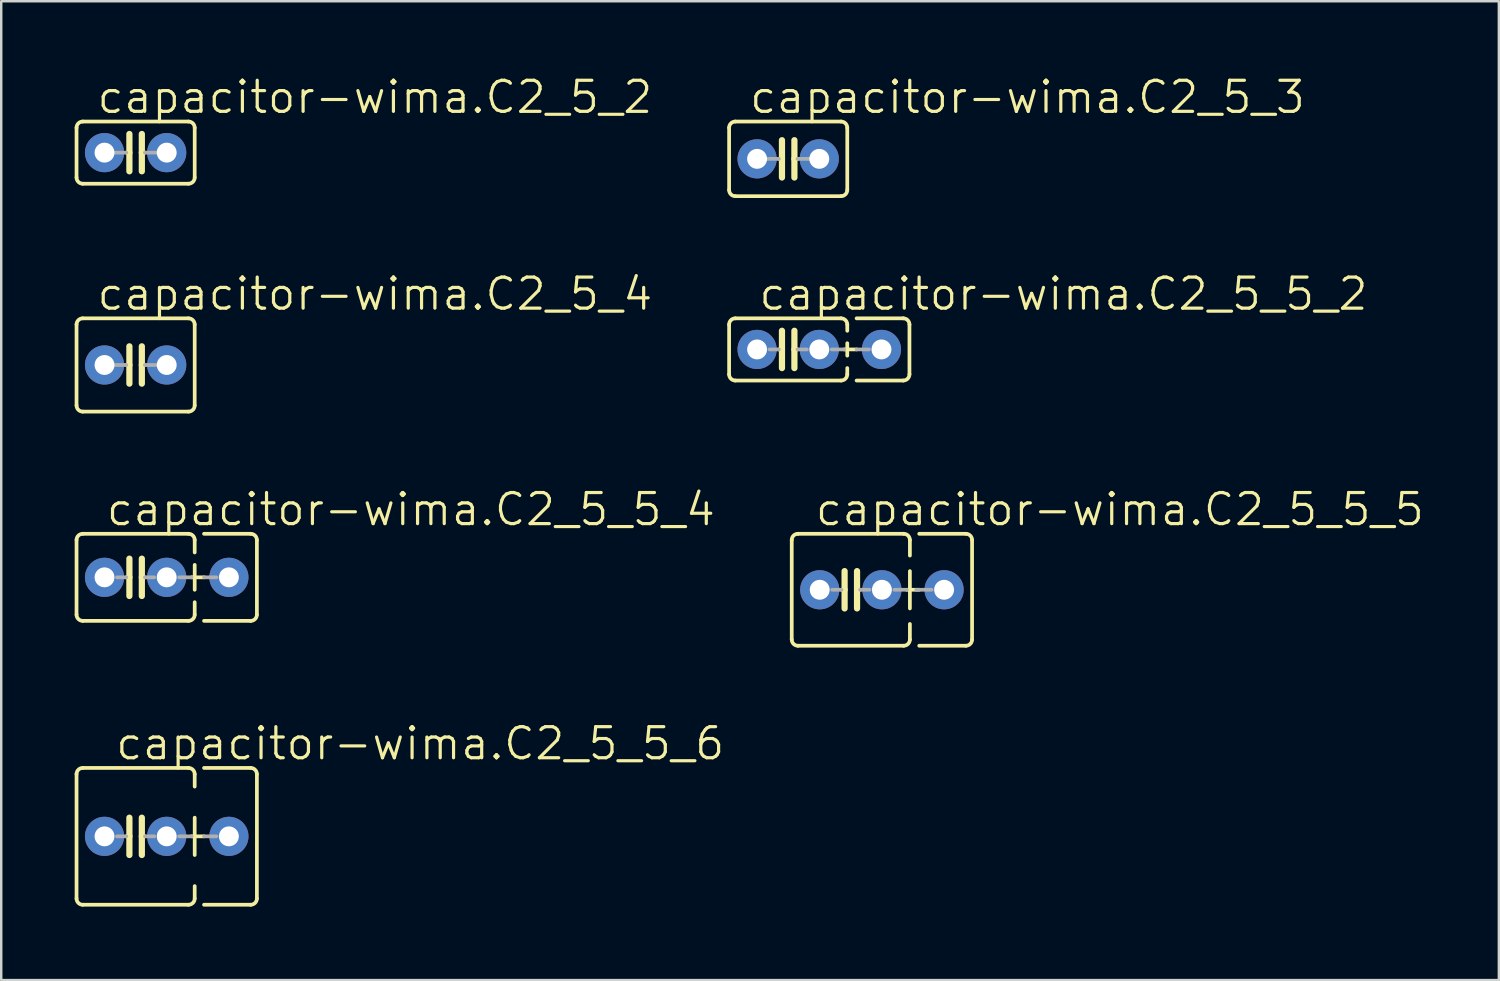
<source format=kicad_pcb>
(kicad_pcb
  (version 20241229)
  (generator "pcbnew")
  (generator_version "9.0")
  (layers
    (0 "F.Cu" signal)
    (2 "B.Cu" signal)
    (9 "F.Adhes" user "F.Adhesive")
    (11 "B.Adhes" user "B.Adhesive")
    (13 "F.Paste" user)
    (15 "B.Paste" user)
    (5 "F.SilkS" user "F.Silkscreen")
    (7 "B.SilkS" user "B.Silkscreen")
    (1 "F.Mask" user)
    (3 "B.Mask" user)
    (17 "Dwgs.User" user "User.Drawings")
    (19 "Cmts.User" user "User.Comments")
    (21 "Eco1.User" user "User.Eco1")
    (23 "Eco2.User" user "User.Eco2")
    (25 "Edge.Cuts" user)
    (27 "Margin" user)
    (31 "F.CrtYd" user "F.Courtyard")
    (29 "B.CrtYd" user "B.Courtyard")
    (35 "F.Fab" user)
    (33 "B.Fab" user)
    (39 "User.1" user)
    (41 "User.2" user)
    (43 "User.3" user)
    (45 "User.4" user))
  (footprint "capacitor-wima.C2_5_3"
    (layer "F.Cu")
    (at 29.142 3.438)
    (property "Reference" "capacitor-wima.C2_5_3" (at -1.651 -1.778 0) (layer "F.SilkS") (effects (font (size 1.27 1.27) (thickness 0.13)) (justify left bottom)))
    (attr through_hole)
    (fp_line (start -2.413 -1.27) (end -2.413 1.27) (stroke (width 0.152) (type default)) (layer "F.SilkS"))
    (fp_line (start -2.159 -1.524) (end 2.159 -1.524) (stroke (width 0.152) (type default)) (layer "F.SilkS"))
    (fp_line (start -0.254 -0.762) (end -0.254 0) (stroke (width 0.254) (type default)) (layer "F.SilkS"))
    (fp_line (start -0.254 0) (end -0.381 0) (stroke (width 0.152) (type default)) (layer "F.SilkS"))
    (fp_line (start -0.254 0) (end -0.254 0.762) (stroke (width 0.254) (type default)) (layer "F.SilkS"))
    (fp_line (start 0.254 0) (end 0.254 -0.762) (stroke (width 0.254) (type default)) (layer "F.SilkS"))
    (fp_line (start 0.254 0) (end 0.254 0.762) (stroke (width 0.254) (type default)) (layer "F.SilkS"))
    (fp_line (start 0.381 0) (end 0.254 0) (stroke (width 0.152) (type default)) (layer "F.SilkS"))
    (fp_line (start 2.159 1.524) (end -2.159 1.524) (stroke (width 0.152) (type default)) (layer "F.SilkS"))
    (fp_line (start 2.413 -1.27) (end 2.413 1.27) (stroke (width 0.152) (type default)) (layer "F.SilkS"))
    (fp_arc (start -2.413 -1.27) (mid -2.338605 -1.449605) (end -2.159 -1.524) (stroke (width 0.1524) (type default)) (layer "F.SilkS"))
    (fp_arc (start -2.159 1.524) (mid -2.338605 1.449605) (end -2.413 1.27) (stroke (width 0.1524) (type default)) (layer "F.SilkS"))
    (fp_arc (start 2.159 -1.524) (mid 2.338605 -1.449605) (end 2.413 -1.27) (stroke (width 0.1524) (type default)) (layer "F.SilkS"))
    (fp_arc (start 2.413 1.27) (mid 2.338605 1.449605) (end 2.159 1.524) (stroke (width 0.1524) (type default)) (layer "F.SilkS"))
    (fp_line (start -0.381 0) (end -1.27 0) (stroke (width 0.152) (type default)) (layer "F.Fab"))
    (fp_line (start 1.27 0) (end 0.381 0) (stroke (width 0.152) (type default)) (layer "F.Fab"))
    (pad "1" thru_hole circle (at -1.27 0) (size 1.6 1.6) (drill 0.813) (layers "*.Cu" "*.Mask"))
    (pad "2" thru_hole circle (at 1.27 0) (size 1.6 1.6) (drill 0.813) (layers "*.Cu" "*.Mask")))
  (footprint "capacitor-wima.C2_5_2"
    (layer "F.Cu")
    (at 2.489 3.184)
    (property "Reference" "capacitor-wima.C2_5_2" (at -1.651 -1.524 0) (layer "F.SilkS") (effects (font (size 1.27 1.27) (thickness 0.13)) (justify left bottom)))
    (attr through_hole)
    (fp_line (start -2.413 -1.016) (end -2.413 1.016) (stroke (width 0.152) (type default)) (layer "F.SilkS"))
    (fp_line (start -2.159 -1.27) (end 2.159 -1.27) (stroke (width 0.152) (type default)) (layer "F.SilkS"))
    (fp_line (start -0.254 -0.762) (end -0.254 0) (stroke (width 0.254) (type default)) (layer "F.SilkS"))
    (fp_line (start -0.254 0) (end -0.381 0) (stroke (width 0.152) (type default)) (layer "F.SilkS"))
    (fp_line (start -0.254 0) (end -0.254 0.762) (stroke (width 0.254) (type default)) (layer "F.SilkS"))
    (fp_line (start 0.254 0) (end 0.254 -0.762) (stroke (width 0.254) (type default)) (layer "F.SilkS"))
    (fp_line (start 0.254 0) (end 0.254 0.762) (stroke (width 0.254) (type default)) (layer "F.SilkS"))
    (fp_line (start 0.381 0) (end 0.254 0) (stroke (width 0.152) (type default)) (layer "F.SilkS"))
    (fp_line (start 2.159 1.27) (end -2.159 1.27) (stroke (width 0.152) (type default)) (layer "F.SilkS"))
    (fp_line (start 2.413 -1.016) (end 2.413 1.016) (stroke (width 0.152) (type default)) (layer "F.SilkS"))
    (fp_arc (start -2.413 -1.016) (mid -2.338605 -1.195605) (end -2.159 -1.27) (stroke (width 0.1524) (type default)) (layer "F.SilkS"))
    (fp_arc (start -2.159 1.27) (mid -2.338605 1.195605) (end -2.413 1.016) (stroke (width 0.1524) (type default)) (layer "F.SilkS"))
    (fp_arc (start 2.159 -1.27) (mid 2.338605 -1.195605) (end 2.413 -1.016) (stroke (width 0.1524) (type default)) (layer "F.SilkS"))
    (fp_arc (start 2.413 1.016) (mid 2.338605 1.195605) (end 2.159 1.27) (stroke (width 0.1524) (type default)) (layer "F.SilkS"))
    (fp_line (start -0.381 0) (end -1.27 0) (stroke (width 0.152) (type default)) (layer "F.Fab"))
    (fp_line (start 1.27 0) (end 0.381 0) (stroke (width 0.152) (type default)) (layer "F.Fab"))
    (pad "1" thru_hole circle (at -1.27 0) (size 1.6 1.6) (drill 0.813) (layers "*.Cu" "*.Mask"))
    (pad "2" thru_hole circle (at 1.27 0) (size 1.6 1.6) (drill 0.813) (layers "*.Cu" "*.Mask")))
  (footprint "capacitor-wima.C2_5_5_2"
    (layer "F.Cu")
    (at 29.142 11.222)
    (property "Reference" "capacitor-wima.C2_5_5_2" (at -1.27 -1.524 0) (layer "F.SilkS") (effects (font (size 1.27 1.27) (thickness 0.13)) (justify left bottom)))
    (attr through_hole)
    (fp_line (start -2.413 -1.016) (end -2.413 1.016) (stroke (width 0.152) (type default)) (layer "F.SilkS"))
    (fp_line (start -2.159 -1.27) (end 2.159 -1.27) (stroke (width 0.152) (type default)) (layer "F.SilkS"))
    (fp_line (start -0.254 -0.762) (end -0.254 0) (stroke (width 0.254) (type default)) (layer "F.SilkS"))
    (fp_line (start -0.254 0) (end -0.381 0) (stroke (width 0.152) (type default)) (layer "F.SilkS"))
    (fp_line (start -0.254 0) (end -0.254 0.762) (stroke (width 0.254) (type default)) (layer "F.SilkS"))
    (fp_line (start 0.254 0) (end 0.254 -0.762) (stroke (width 0.254) (type default)) (layer "F.SilkS"))
    (fp_line (start 0.254 0) (end 0.254 0.762) (stroke (width 0.254) (type default)) (layer "F.SilkS"))
    (fp_line (start 0.381 0) (end 0.254 0) (stroke (width 0.152) (type default)) (layer "F.SilkS"))
    (fp_line (start 2.159 1.27) (end -2.159 1.27) (stroke (width 0.152) (type default)) (layer "F.SilkS"))
    (fp_line (start 2.286 0) (end 2.794 0) (stroke (width 0.152) (type default)) (layer "F.SilkS"))
    (fp_line (start 2.413 -1.016) (end 2.413 -0.762) (stroke (width 0.152) (type default)) (layer "F.SilkS"))
    (fp_line (start 2.413 -0.254) (end 2.413 0.254) (stroke (width 0.152) (type default)) (layer "F.SilkS"))
    (fp_line (start 2.413 0.762) (end 2.413 1.016) (stroke (width 0.152) (type default)) (layer "F.SilkS"))
    (fp_line (start 2.794 -1.27) (end 4.699 -1.27) (stroke (width 0.152) (type default)) (layer "F.SilkS"))
    (fp_line (start 4.699 1.27) (end 2.794 1.27) (stroke (width 0.152) (type default)) (layer "F.SilkS"))
    (fp_line (start 4.953 -1.016) (end 4.953 1.016) (stroke (width 0.152) (type default)) (layer "F.SilkS"))
    (fp_arc (start -2.413 -1.016) (mid -2.338605 -1.195605) (end -2.159 -1.27) (stroke (width 0.1524) (type default)) (layer "F.SilkS"))
    (fp_arc (start -2.159 1.27) (mid -2.338605 1.195605) (end -2.413 1.016) (stroke (width 0.1524) (type default)) (layer "F.SilkS"))
    (fp_arc (start 2.159 -1.27) (mid 2.338605 -1.195605) (end 2.413 -1.016) (stroke (width 0.1524) (type default)) (layer "F.SilkS"))
    (fp_arc (start 2.413 1.016) (mid 2.338605 1.195605) (end 2.159 1.27) (stroke (width 0.1524) (type default)) (layer "F.SilkS"))
    (fp_arc (start 4.699 -1.27) (mid 4.878605 -1.195605) (end 4.953 -1.016) (stroke (width 0.1524) (type default)) (layer "F.SilkS"))
    (fp_arc (start 4.953 1.016) (mid 4.878605 1.195605) (end 4.699 1.27) (stroke (width 0.1524) (type default)) (layer "F.SilkS"))
    (fp_line (start -0.381 0) (end -0.762 0) (stroke (width 0.152) (type default)) (layer "F.Fab"))
    (fp_line (start 0.381 0) (end 0.762 0) (stroke (width 0.152) (type default)) (layer "F.Fab"))
    (fp_line (start 1.778 0) (end 2.286 0) (stroke (width 0.152) (type default)) (layer "F.Fab"))
    (fp_line (start 2.794 0) (end 3.302 0) (stroke (width 0.152) (type default)) (layer "F.Fab"))
    (pad "1" thru_hole circle (at -1.27 0) (size 1.6 1.6) (drill 0.813) (layers "*.Cu" "*.Mask"))
    (pad "2" thru_hole circle (at 1.27 0) (size 1.6 1.6) (drill 0.813) (layers "*.Cu" "*.Mask"))
    (pad "3" thru_hole circle (at 3.81 0) (size 1.6 1.6) (drill 0.813) (layers "*.Cu" "*.Mask")))
  (footprint "capacitor-wima.C2_5_5_5"
    (layer "F.Cu")
    (at 31.7 21.038)
    (property "Reference" "capacitor-wima.C2_5_5_5" (at -1.524 -2.54 0) (layer "F.SilkS") (effects (font (size 1.27 1.27) (thickness 0.13)) (justify left bottom)))
    (attr through_hole)
    (fp_line (start -2.413 -2.032) (end -2.413 2.032) (stroke (width 0.152) (type default)) (layer "F.SilkS"))
    (fp_line (start -2.159 -2.286) (end 2.159 -2.286) (stroke (width 0.152) (type default)) (layer "F.SilkS"))
    (fp_line (start -0.254 -0.762) (end -0.254 0) (stroke (width 0.254) (type default)) (layer "F.SilkS"))
    (fp_line (start -0.254 0) (end -0.381 0) (stroke (width 0.152) (type default)) (layer "F.SilkS"))
    (fp_line (start -0.254 0) (end -0.254 0.762) (stroke (width 0.254) (type default)) (layer "F.SilkS"))
    (fp_line (start 0.254 0) (end 0.254 -0.762) (stroke (width 0.254) (type default)) (layer "F.SilkS"))
    (fp_line (start 0.254 0) (end 0.254 0.762) (stroke (width 0.254) (type default)) (layer "F.SilkS"))
    (fp_line (start 0.381 0) (end 0.254 0) (stroke (width 0.152) (type default)) (layer "F.SilkS"))
    (fp_line (start 2.159 2.286) (end -2.159 2.286) (stroke (width 0.152) (type default)) (layer "F.SilkS"))
    (fp_line (start 2.286 0) (end 2.794 0) (stroke (width 0.152) (type default)) (layer "F.SilkS"))
    (fp_line (start 2.413 -2.032) (end 2.413 -1.397) (stroke (width 0.152) (type default)) (layer "F.SilkS"))
    (fp_line (start 2.413 -0.762) (end 2.413 0.762) (stroke (width 0.152) (type default)) (layer "F.SilkS"))
    (fp_line (start 2.413 1.397) (end 2.413 2.032) (stroke (width 0.152) (type default)) (layer "F.SilkS"))
    (fp_line (start 2.794 -2.286) (end 4.699 -2.286) (stroke (width 0.152) (type default)) (layer "F.SilkS"))
    (fp_line (start 4.699 2.286) (end 2.794 2.286) (stroke (width 0.152) (type default)) (layer "F.SilkS"))
    (fp_line (start 4.953 -2.032) (end 4.953 2.032) (stroke (width 0.152) (type default)) (layer "F.SilkS"))
    (fp_arc (start -2.413 -2.032) (mid -2.338605 -2.211605) (end -2.159 -2.286) (stroke (width 0.1524) (type default)) (layer "F.SilkS"))
    (fp_arc (start -2.159 2.286) (mid -2.338605 2.211605) (end -2.413 2.032) (stroke (width 0.1524) (type default)) (layer "F.SilkS"))
    (fp_arc (start 2.159 -2.286) (mid 2.338605 -2.211605) (end 2.413 -2.032) (stroke (width 0.1524) (type default)) (layer "F.SilkS"))
    (fp_arc (start 2.413 2.032) (mid 2.338605 2.211605) (end 2.159 2.286) (stroke (width 0.1524) (type default)) (layer "F.SilkS"))
    (fp_arc (start 4.699 -2.286) (mid 4.878605 -2.211605) (end 4.953 -2.032) (stroke (width 0.1524) (type default)) (layer "F.SilkS"))
    (fp_arc (start 4.953 2.032) (mid 4.878605 2.211605) (end 4.699 2.286) (stroke (width 0.1524) (type default)) (layer "F.SilkS"))
    (fp_line (start -0.381 0) (end -0.762 0) (stroke (width 0.152) (type default)) (layer "F.Fab"))
    (fp_line (start 0.381 0) (end 0.762 0) (stroke (width 0.152) (type default)) (layer "F.Fab"))
    (fp_line (start 1.778 0) (end 2.286 0) (stroke (width 0.152) (type default)) (layer "F.Fab"))
    (fp_line (start 2.667 0) (end 3.302 0) (stroke (width 0.152) (type default)) (layer "F.Fab"))
    (pad "1" thru_hole circle (at -1.27 0) (size 1.6 1.6) (drill 0.813) (layers "*.Cu" "*.Mask"))
    (pad "2" thru_hole circle (at 1.27 0) (size 1.6 1.6) (drill 0.813) (layers "*.Cu" "*.Mask"))
    (pad "3" thru_hole circle (at 3.81 0) (size 1.6 1.6) (drill 0.813) (layers "*.Cu" "*.Mask")))
  (footprint "capacitor-wima.C2_5_5_4"
    (layer "F.Cu")
    (at 2.489 20.53)
    (property "Reference" "capacitor-wima.C2_5_5_4" (at -1.27 -2.032 0) (layer "F.SilkS") (effects (font (size 1.27 1.27) (thickness 0.13)) (justify left bottom)))
    (attr through_hole)
    (fp_line (start -2.413 -1.524) (end -2.413 1.524) (stroke (width 0.152) (type default)) (layer "F.SilkS"))
    (fp_line (start -2.159 -1.778) (end 2.159 -1.778) (stroke (width 0.152) (type default)) (layer "F.SilkS"))
    (fp_line (start -0.254 -0.762) (end -0.254 0) (stroke (width 0.254) (type default)) (layer "F.SilkS"))
    (fp_line (start -0.254 0) (end -0.381 0) (stroke (width 0.152) (type default)) (layer "F.SilkS"))
    (fp_line (start -0.254 0) (end -0.254 0.762) (stroke (width 0.254) (type default)) (layer "F.SilkS"))
    (fp_line (start 0.254 0) (end 0.254 -0.762) (stroke (width 0.254) (type default)) (layer "F.SilkS"))
    (fp_line (start 0.254 0) (end 0.254 0.762) (stroke (width 0.254) (type default)) (layer "F.SilkS"))
    (fp_line (start 0.381 0) (end 0.254 0) (stroke (width 0.152) (type default)) (layer "F.SilkS"))
    (fp_line (start 2.159 1.778) (end -2.159 1.778) (stroke (width 0.152) (type default)) (layer "F.SilkS"))
    (fp_line (start 2.286 0) (end 2.794 0) (stroke (width 0.152) (type default)) (layer "F.SilkS"))
    (fp_line (start 2.413 -1.524) (end 2.413 -1.016) (stroke (width 0.152) (type default)) (layer "F.SilkS"))
    (fp_line (start 2.413 -0.508) (end 2.413 0.508) (stroke (width 0.152) (type default)) (layer "F.SilkS"))
    (fp_line (start 2.413 1.016) (end 2.413 1.524) (stroke (width 0.152) (type default)) (layer "F.SilkS"))
    (fp_line (start 2.794 -1.778) (end 4.699 -1.778) (stroke (width 0.152) (type default)) (layer "F.SilkS"))
    (fp_line (start 4.699 1.778) (end 2.794 1.778) (stroke (width 0.152) (type default)) (layer "F.SilkS"))
    (fp_line (start 4.953 -1.524) (end 4.953 1.524) (stroke (width 0.152) (type default)) (layer "F.SilkS"))
    (fp_arc (start -2.413 -1.524) (mid -2.338605 -1.703605) (end -2.159 -1.778) (stroke (width 0.1524) (type default)) (layer "F.SilkS"))
    (fp_arc (start -2.159 1.778) (mid -2.338605 1.703605) (end -2.413 1.524) (stroke (width 0.1524) (type default)) (layer "F.SilkS"))
    (fp_arc (start 2.159 -1.778) (mid 2.338605 -1.703605) (end 2.413 -1.524) (stroke (width 0.1524) (type default)) (layer "F.SilkS"))
    (fp_arc (start 2.413 1.524) (mid 2.338605 1.703605) (end 2.159 1.778) (stroke (width 0.1524) (type default)) (layer "F.SilkS"))
    (fp_arc (start 4.699 -1.778) (mid 4.878605 -1.703605) (end 4.953 -1.524) (stroke (width 0.1524) (type default)) (layer "F.SilkS"))
    (fp_arc (start 4.953 1.524) (mid 4.878605 1.703605) (end 4.699 1.778) (stroke (width 0.1524) (type default)) (layer "F.SilkS"))
    (fp_line (start -0.381 0) (end -0.762 0) (stroke (width 0.152) (type default)) (layer "F.Fab"))
    (fp_line (start 0.381 0) (end 0.762 0) (stroke (width 0.152) (type default)) (layer "F.Fab"))
    (fp_line (start 1.778 0) (end 2.286 0) (stroke (width 0.152) (type default)) (layer "F.Fab"))
    (fp_line (start 2.794 0) (end 3.302 0) (stroke (width 0.152) (type default)) (layer "F.Fab"))
    (pad "1" thru_hole circle (at -1.27 0) (size 1.6 1.6) (drill 0.813) (layers "*.Cu" "*.Mask"))
    (pad "2" thru_hole circle (at 1.27 0) (size 1.6 1.6) (drill 0.813) (layers "*.Cu" "*.Mask"))
    (pad "3" thru_hole circle (at 3.81 0) (size 1.6 1.6) (drill 0.813) (layers "*.Cu" "*.Mask")))
  (footprint "capacitor-wima.C2_5_5_6"
    (layer "F.Cu")
    (at 2.489 31.109)
    (property "Reference" "capacitor-wima.C2_5_5_6" (at -0.889 -3.048 0) (layer "F.SilkS") (effects (font (size 1.27 1.27) (thickness 0.13)) (justify left bottom)))
    (attr through_hole)
    (fp_line (start -2.413 -2.54) (end -2.413 2.54) (stroke (width 0.152) (type default)) (layer "F.SilkS"))
    (fp_line (start -2.159 -2.794) (end 2.159 -2.794) (stroke (width 0.152) (type default)) (layer "F.SilkS"))
    (fp_line (start -0.254 -0.762) (end -0.254 0) (stroke (width 0.254) (type default)) (layer "F.SilkS"))
    (fp_line (start -0.254 0) (end -0.381 0) (stroke (width 0.152) (type default)) (layer "F.SilkS"))
    (fp_line (start -0.254 0) (end -0.254 0.762) (stroke (width 0.254) (type default)) (layer "F.SilkS"))
    (fp_line (start 0.254 0) (end 0.254 -0.762) (stroke (width 0.254) (type default)) (layer "F.SilkS"))
    (fp_line (start 0.254 0) (end 0.254 0.762) (stroke (width 0.254) (type default)) (layer "F.SilkS"))
    (fp_line (start 0.381 0) (end 0.254 0) (stroke (width 0.152) (type default)) (layer "F.SilkS"))
    (fp_line (start 2.159 2.794) (end -2.159 2.794) (stroke (width 0.152) (type default)) (layer "F.SilkS"))
    (fp_line (start 2.286 0) (end 2.794 0) (stroke (width 0.152) (type default)) (layer "F.SilkS"))
    (fp_line (start 2.413 -2.54) (end 2.413 -2.032) (stroke (width 0.152) (type default)) (layer "F.SilkS"))
    (fp_line (start 2.413 -0.762) (end 2.413 0.762) (stroke (width 0.152) (type default)) (layer "F.SilkS"))
    (fp_line (start 2.413 2.032) (end 2.413 2.54) (stroke (width 0.152) (type default)) (layer "F.SilkS"))
    (fp_line (start 2.794 -2.794) (end 4.699 -2.794) (stroke (width 0.152) (type default)) (layer "F.SilkS"))
    (fp_line (start 4.699 2.794) (end 2.794 2.794) (stroke (width 0.152) (type default)) (layer "F.SilkS"))
    (fp_line (start 4.953 -2.54) (end 4.953 2.54) (stroke (width 0.152) (type default)) (layer "F.SilkS"))
    (fp_arc (start -2.413 -2.54) (mid -2.338605 -2.719605) (end -2.159 -2.794) (stroke (width 0.1524) (type default)) (layer "F.SilkS"))
    (fp_arc (start -2.159 2.794) (mid -2.338605 2.719605) (end -2.413 2.54) (stroke (width 0.1524) (type default)) (layer "F.SilkS"))
    (fp_arc (start 2.159 -2.794) (mid 2.338605 -2.719605) (end 2.413 -2.54) (stroke (width 0.1524) (type default)) (layer "F.SilkS"))
    (fp_arc (start 2.413 2.54) (mid 2.338605 2.719605) (end 2.159 2.794) (stroke (width 0.1524) (type default)) (layer "F.SilkS"))
    (fp_arc (start 4.699 -2.794) (mid 4.878605 -2.719605) (end 4.953 -2.54) (stroke (width 0.1524) (type default)) (layer "F.SilkS"))
    (fp_arc (start 4.953 2.54) (mid 4.878605 2.719605) (end 4.699 2.794) (stroke (width 0.1524) (type default)) (layer "F.SilkS"))
    (fp_line (start -0.381 0) (end -0.762 0) (stroke (width 0.152) (type default)) (layer "F.Fab"))
    (fp_line (start 0.381 0) (end 0.762 0) (stroke (width 0.152) (type default)) (layer "F.Fab"))
    (fp_line (start 1.778 0) (end 2.286 0) (stroke (width 0.152) (type default)) (layer "F.Fab"))
    (fp_line (start 2.794 0) (end 3.302 0) (stroke (width 0.152) (type default)) (layer "F.Fab"))
    (pad "1" thru_hole circle (at -1.27 0) (size 1.6 1.6) (drill 0.813) (layers "*.Cu" "*.Mask"))
    (pad "2" thru_hole circle (at 1.27 0) (size 1.6 1.6) (drill 0.813) (layers "*.Cu" "*.Mask"))
    (pad "3" thru_hole circle (at 3.81 0) (size 1.6 1.6) (drill 0.813) (layers "*.Cu" "*.Mask")))
  (footprint "capacitor-wima.C2_5_4"
    (layer "F.Cu")
    (at 2.489 11.857)
    (property "Reference" "capacitor-wima.C2_5_4" (at -1.651 -2.159 0) (layer "F.SilkS") (effects (font (size 1.27 1.27) (thickness 0.13)) (justify left bottom)))
    (attr through_hole)
    (fp_line (start -2.413 -1.651) (end -2.413 1.651) (stroke (width 0.152) (type default)) (layer "F.SilkS"))
    (fp_line (start -2.159 -1.905) (end 2.159 -1.905) (stroke (width 0.152) (type default)) (layer "F.SilkS"))
    (fp_line (start -0.254 -0.762) (end -0.254 0) (stroke (width 0.254) (type default)) (layer "F.SilkS"))
    (fp_line (start -0.254 0) (end -0.381 0) (stroke (width 0.152) (type default)) (layer "F.SilkS"))
    (fp_line (start -0.254 0) (end -0.254 0.762) (stroke (width 0.254) (type default)) (layer "F.SilkS"))
    (fp_line (start 0.254 0) (end 0.254 -0.762) (stroke (width 0.254) (type default)) (layer "F.SilkS"))
    (fp_line (start 0.254 0) (end 0.254 0.762) (stroke (width 0.254) (type default)) (layer "F.SilkS"))
    (fp_line (start 0.381 0) (end 0.254 0) (stroke (width 0.152) (type default)) (layer "F.SilkS"))
    (fp_line (start 2.159 1.905) (end -2.159 1.905) (stroke (width 0.152) (type default)) (layer "F.SilkS"))
    (fp_line (start 2.413 -1.651) (end 2.413 1.651) (stroke (width 0.152) (type default)) (layer "F.SilkS"))
    (fp_arc (start -2.413 -1.651) (mid -2.338605 -1.830605) (end -2.159 -1.905) (stroke (width 0.1524) (type default)) (layer "F.SilkS"))
    (fp_arc (start -2.159 1.905) (mid -2.338605 1.830605) (end -2.413 1.651) (stroke (width 0.1524) (type default)) (layer "F.SilkS"))
    (fp_arc (start 2.159 -1.905) (mid 2.338605 -1.830605) (end 2.413 -1.651) (stroke (width 0.1524) (type default)) (layer "F.SilkS"))
    (fp_arc (start 2.413 1.651) (mid 2.338605 1.830605) (end 2.159 1.905) (stroke (width 0.1524) (type default)) (layer "F.SilkS"))
    (fp_line (start -0.381 0) (end -1.27 0) (stroke (width 0.152) (type default)) (layer "F.Fab"))
    (fp_line (start 1.27 0) (end 0.381 0) (stroke (width 0.152) (type default)) (layer "F.Fab"))
    (pad "1" thru_hole circle (at -1.27 0) (size 1.6 1.6) (drill 0.813) (layers "*.Cu" "*.Mask"))
    (pad "2" thru_hole circle (at 1.27 0) (size 1.6 1.6) (drill 0.813) (layers "*.Cu" "*.Mask")))
  (gr_rect
    (start -3 -3)
    (end 58.168 36.979)
    (stroke (width 0.1) (type default))
    (fill no)
    (layer "Edge.Cuts")))
</source>
